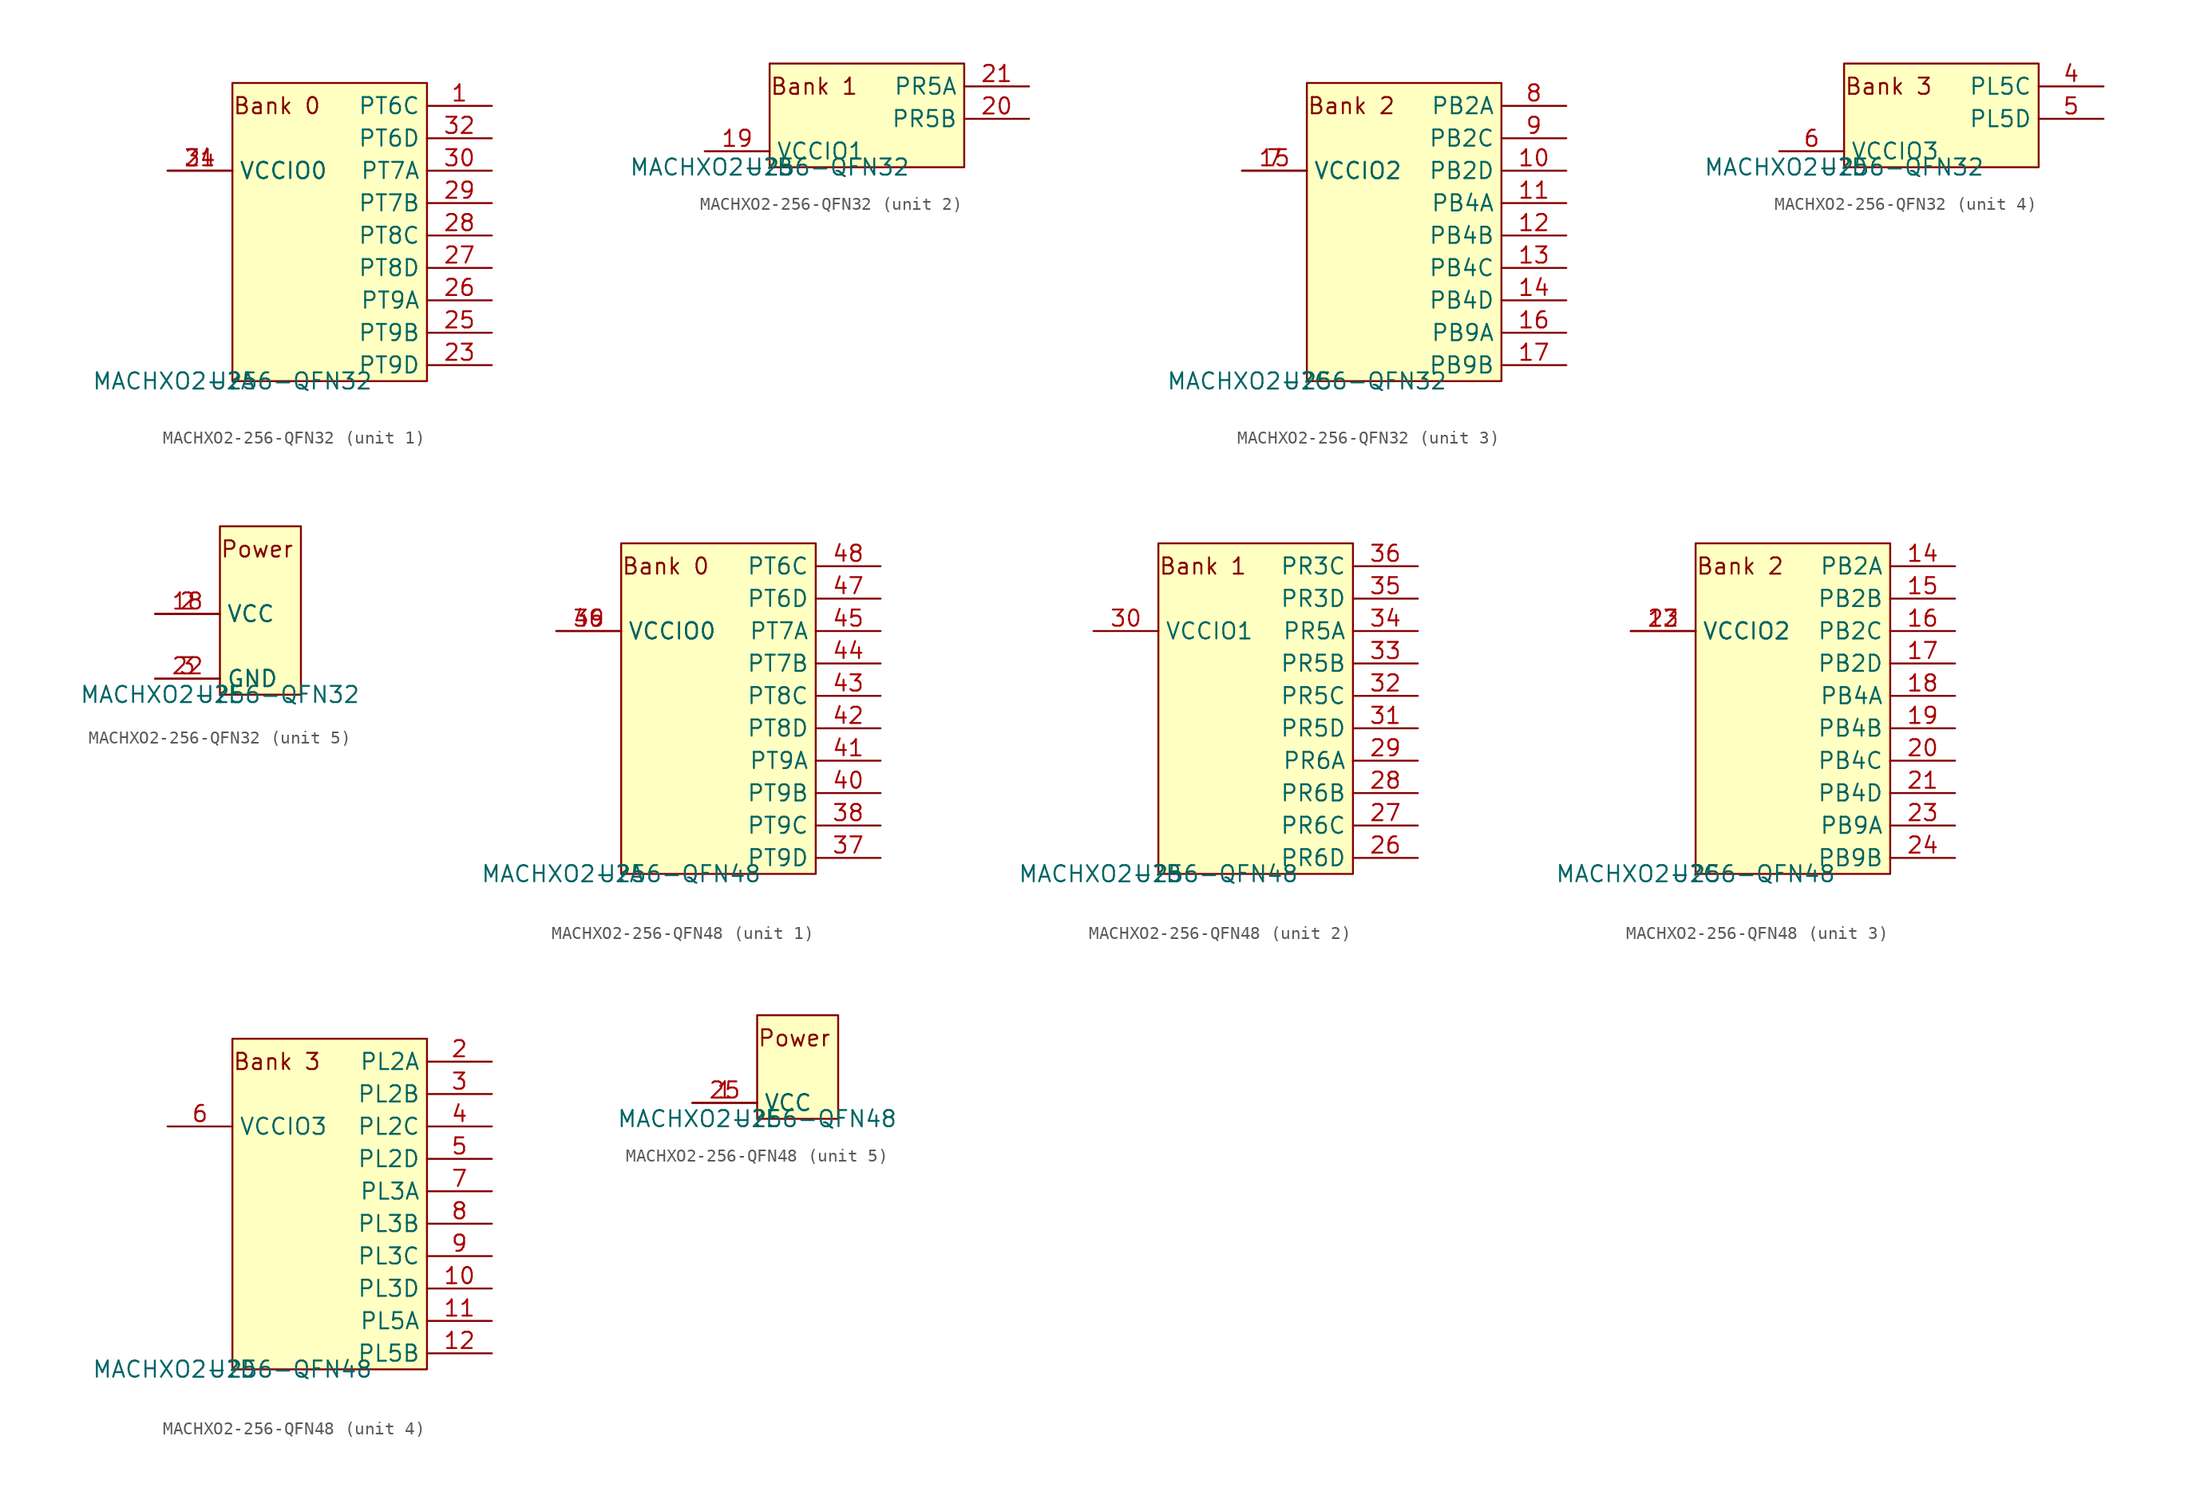
<source format=kicad_sym>
(kicad_symbol_lib
  (version 20211014)
  (generator kicad_symbol_editor)
  (symbol "MACHXO2-256-QFN32"
    (property "Reference" "U"
      (at 0 0 0)
      (effects (font (size 1.27 1.27))))
    (property "Value" "MACHXO2-256-QFN32"
      (at 0 0 0)
      (effects (font (size 1.27 1.27))))
    (property "ki_locked" ""
      (at 0 0 0)
      (effects (font (size 1.27 1.27))))
    (symbol "MACHXO2-256-QFN32_1_0"
      (pin power_in line (at -5.08 16.494 0) (length 5.08) (name "VCCIO0" (effects (font (size 1.27 1.27)))) (number "24" (effects (font (size 1.27 1.27)))))
      (pin power_in line (at -5.08 16.494 0) (length 5.08) (name "VCCIO0" (effects (font (size 1.27 1.27)))) (number "31" (effects (font (size 1.27 1.27)))))
      (pin bidirectional line (at 20.32 21.574 180) (length 5.08) (name "PT6C" (effects (font (size 1.27 1.27)))) (number "1" (effects (font (size 1.27 1.27)))))
      (pin bidirectional line (at 20.32 19.034 180) (length 5.08) (name "PT6D" (effects (font (size 1.27 1.27)))) (number "32" (effects (font (size 1.27 1.27)))))
      (pin bidirectional line (at 20.32 16.494 180) (length 5.08) (name "PT7A" (effects (font (size 1.27 1.27)))) (number "30" (effects (font (size 1.27 1.27)))))
      (pin bidirectional line (at 20.32 13.954 180) (length 5.08) (name "PT7B" (effects (font (size 1.27 1.27)))) (number "29" (effects (font (size 1.27 1.27)))))
      (pin bidirectional line (at 20.32 11.414 180) (length 5.08) (name "PT8C" (effects (font (size 1.27 1.27)))) (number "28" (effects (font (size 1.27 1.27)))))
      (pin bidirectional line (at 20.32 8.874 180) (length 5.08) (name "PT8D" (effects (font (size 1.27 1.27)))) (number "27" (effects (font (size 1.27 1.27)))))
      (pin bidirectional line (at 20.32 6.334 180) (length 5.08) (name "PT9A" (effects (font (size 1.27 1.27)))) (number "26" (effects (font (size 1.27 1.27)))))
      (pin bidirectional line (at 20.32 3.794 180) (length 5.08) (name "PT9B" (effects (font (size 1.27 1.27)))) (number "25" (effects (font (size 1.27 1.27)))))
      (pin bidirectional line (at 20.32 1.254 180) (length 5.08) (name "PT9D" (effects (font (size 1.27 1.27)))) (number "23" (effects (font (size 1.27 1.27))))))
    (symbol "MACHXO2-256-QFN32_1_1"
      (rectangle (start 0 0) (end 15.24 23.368) (stroke (width 0) (type default) (color 0 0 0 0)) (fill (type background)))
      (text "Bank 0" (at 0 21.574 0) (effects (font (size 1.27 1.27)) (justify left))))
    (symbol "MACHXO2-256-QFN32_2_0"
      (pin power_in line (at -5.08 1.254 0) (length 5.08) (name "VCCIO1" (effects (font (size 1.27 1.27)))) (number "19" (effects (font (size 1.27 1.27)))))
      (pin bidirectional line (at 20.32 6.334 180) (length 5.08) (name "PR5A" (effects (font (size 1.27 1.27)))) (number "21" (effects (font (size 1.27 1.27)))))
      (pin bidirectional line (at 20.32 3.794 180) (length 5.08) (name "PR5B" (effects (font (size 1.27 1.27)))) (number "20" (effects (font (size 1.27 1.27))))))
    (symbol "MACHXO2-256-QFN32_2_1"
      (rectangle (start 0 0) (end 15.24 8.128) (stroke (width 0) (type default) (color 0 0 0 0)) (fill (type background)))
      (text "Bank 1" (at 0 6.334 0) (effects (font (size 1.27 1.27)) (justify left))))
    (symbol "MACHXO2-256-QFN32_3_0"
      (pin power_in line (at -5.08 16.494 0) (length 5.08) (name "VCCIO2" (effects (font (size 1.27 1.27)))) (number "7" (effects (font (size 1.27 1.27)))))
      (pin power_in line (at -5.08 16.494 0) (length 5.08) (name "VCCIO2" (effects (font (size 1.27 1.27)))) (number "15" (effects (font (size 1.27 1.27)))))
      (pin bidirectional line (at 20.32 21.574 180) (length 5.08) (name "PB2A" (effects (font (size 1.27 1.27)))) (number "8" (effects (font (size 1.27 1.27)))))
      (pin bidirectional line (at 20.32 19.034 180) (length 5.08) (name "PB2C" (effects (font (size 1.27 1.27)))) (number "9" (effects (font (size 1.27 1.27)))))
      (pin bidirectional line (at 20.32 16.494 180) (length 5.08) (name "PB2D" (effects (font (size 1.27 1.27)))) (number "10" (effects (font (size 1.27 1.27)))))
      (pin bidirectional line (at 20.32 13.954 180) (length 5.08) (name "PB4A" (effects (font (size 1.27 1.27)))) (number "11" (effects (font (size 1.27 1.27)))))
      (pin bidirectional line (at 20.32 11.414 180) (length 5.08) (name "PB4B" (effects (font (size 1.27 1.27)))) (number "12" (effects (font (size 1.27 1.27)))))
      (pin bidirectional line (at 20.32 8.874 180) (length 5.08) (name "PB4C" (effects (font (size 1.27 1.27)))) (number "13" (effects (font (size 1.27 1.27)))))
      (pin bidirectional line (at 20.32 6.334 180) (length 5.08) (name "PB4D" (effects (font (size 1.27 1.27)))) (number "14" (effects (font (size 1.27 1.27)))))
      (pin bidirectional line (at 20.32 3.794 180) (length 5.08) (name "PB9A" (effects (font (size 1.27 1.27)))) (number "16" (effects (font (size 1.27 1.27)))))
      (pin bidirectional line (at 20.32 1.254 180) (length 5.08) (name "PB9B" (effects (font (size 1.27 1.27)))) (number "17" (effects (font (size 1.27 1.27))))))
    (symbol "MACHXO2-256-QFN32_3_1"
      (rectangle (start 0 0) (end 15.24 23.368) (stroke (width 0) (type default) (color 0 0 0 0)) (fill (type background)))
      (text "Bank 2" (at 0 21.574 0) (effects (font (size 1.27 1.27)) (justify left))))
    (symbol "MACHXO2-256-QFN32_4_0"
      (pin power_in line (at -5.08 1.254 0) (length 5.08) (name "VCCIO3" (effects (font (size 1.27 1.27)))) (number "6" (effects (font (size 1.27 1.27)))))
      (pin bidirectional line (at 20.32 6.334 180) (length 5.08) (name "PL5C" (effects (font (size 1.27 1.27)))) (number "4" (effects (font (size 1.27 1.27)))))
      (pin bidirectional line (at 20.32 3.794 180) (length 5.08) (name "PL5D" (effects (font (size 1.27 1.27)))) (number "5" (effects (font (size 1.27 1.27))))))
    (symbol "MACHXO2-256-QFN32_4_1"
      (rectangle (start 0 0) (end 15.24 8.128) (stroke (width 0) (type default) (color 0 0 0 0)) (fill (type background)))
      (text "Bank 3" (at 0 6.334 0) (effects (font (size 1.27 1.27)) (justify left))))
    (symbol "MACHXO2-256-QFN32_5_0"
      (pin power_in line (at -5.08 6.334 0) (length 5.08) (name "VCC" (effects (font (size 1.27 1.27)))) (number "18" (effects (font (size 1.27 1.27)))))
      (pin power_in line (at -5.08 6.334 0) (length 5.08) (name "VCC" (effects (font (size 1.27 1.27)))) (number "2" (effects (font (size 1.27 1.27)))))
      (pin power_in line (at -5.08 1.254 0) (length 5.08) (name "GND" (effects (font (size 1.27 1.27)))) (number "3" (effects (font (size 1.27 1.27)))))
      (pin power_in line (at -5.08 1.254 0) (length 5.08) (name "GND" (effects (font (size 1.27 1.27)))) (number "22" (effects (font (size 1.27 1.27))))))
    (symbol "MACHXO2-256-QFN32_5_1"
      (rectangle (start 0 0) (end 6.35 13.208) (stroke (width 0) (type default) (color 0 0 0 0)) (fill (type background)))
      (text "Power" (at 0 11.414 0) (effects (font (size 1.27 1.27)) (justify left)))))
  (symbol "MACHXO2-256-QFN48"
    (property "Reference" "U"
      (at 0 0 0)
      (effects (font (size 1.27 1.27))))
    (property "Value" "MACHXO2-256-QFN48"
      (at 0 0 0)
      (effects (font (size 1.27 1.27))))
    (property "ki_locked" ""
      (at 0 0 0)
      (effects (font (size 1.27 1.27))))
    (symbol "MACHXO2-256-QFN48_1_0"
      (pin power_in line (at -5.08 19.034 0) (length 5.08) (name "VCCIO0" (effects (font (size 1.27 1.27)))) (number "39" (effects (font (size 1.27 1.27)))))
      (pin power_in line (at -5.08 19.034 0) (length 5.08) (name "VCCIO0" (effects (font (size 1.27 1.27)))) (number "46" (effects (font (size 1.27 1.27)))))
      (pin bidirectional line (at 20.32 24.114 180) (length 5.08) (name "PT6C" (effects (font (size 1.27 1.27)))) (number "48" (effects (font (size 1.27 1.27)))))
      (pin bidirectional line (at 20.32 21.574 180) (length 5.08) (name "PT6D" (effects (font (size 1.27 1.27)))) (number "47" (effects (font (size 1.27 1.27)))))
      (pin bidirectional line (at 20.32 19.034 180) (length 5.08) (name "PT7A" (effects (font (size 1.27 1.27)))) (number "45" (effects (font (size 1.27 1.27)))))
      (pin bidirectional line (at 20.32 16.494 180) (length 5.08) (name "PT7B" (effects (font (size 1.27 1.27)))) (number "44" (effects (font (size 1.27 1.27)))))
      (pin bidirectional line (at 20.32 13.954 180) (length 5.08) (name "PT8C" (effects (font (size 1.27 1.27)))) (number "43" (effects (font (size 1.27 1.27)))))
      (pin bidirectional line (at 20.32 11.414 180) (length 5.08) (name "PT8D" (effects (font (size 1.27 1.27)))) (number "42" (effects (font (size 1.27 1.27)))))
      (pin bidirectional line (at 20.32 8.874 180) (length 5.08) (name "PT9A" (effects (font (size 1.27 1.27)))) (number "41" (effects (font (size 1.27 1.27)))))
      (pin bidirectional line (at 20.32 6.334 180) (length 5.08) (name "PT9B" (effects (font (size 1.27 1.27)))) (number "40" (effects (font (size 1.27 1.27)))))
      (pin bidirectional line (at 20.32 3.794 180) (length 5.08) (name "PT9C" (effects (font (size 1.27 1.27)))) (number "38" (effects (font (size 1.27 1.27)))))
      (pin bidirectional line (at 20.32 1.254 180) (length 5.08) (name "PT9D" (effects (font (size 1.27 1.27)))) (number "37" (effects (font (size 1.27 1.27))))))
    (symbol "MACHXO2-256-QFN48_1_1"
      (rectangle (start 0 0) (end 15.24 25.908) (stroke (width 0) (type default) (color 0 0 0 0)) (fill (type background)))
      (text "Bank 0" (at 0 24.114 0) (effects (font (size 1.27 1.27)) (justify left))))
    (symbol "MACHXO2-256-QFN48_2_0"
      (pin power_in line (at -5.08 19.034 0) (length 5.08) (name "VCCIO1" (effects (font (size 1.27 1.27)))) (number "30" (effects (font (size 1.27 1.27)))))
      (pin bidirectional line (at 20.32 24.114 180) (length 5.08) (name "PR3C" (effects (font (size 1.27 1.27)))) (number "36" (effects (font (size 1.27 1.27)))))
      (pin bidirectional line (at 20.32 21.574 180) (length 5.08) (name "PR3D" (effects (font (size 1.27 1.27)))) (number "35" (effects (font (size 1.27 1.27)))))
      (pin bidirectional line (at 20.32 19.034 180) (length 5.08) (name "PR5A" (effects (font (size 1.27 1.27)))) (number "34" (effects (font (size 1.27 1.27)))))
      (pin bidirectional line (at 20.32 16.494 180) (length 5.08) (name "PR5B" (effects (font (size 1.27 1.27)))) (number "33" (effects (font (size 1.27 1.27)))))
      (pin bidirectional line (at 20.32 13.954 180) (length 5.08) (name "PR5C" (effects (font (size 1.27 1.27)))) (number "32" (effects (font (size 1.27 1.27)))))
      (pin bidirectional line (at 20.32 11.414 180) (length 5.08) (name "PR5D" (effects (font (size 1.27 1.27)))) (number "31" (effects (font (size 1.27 1.27)))))
      (pin bidirectional line (at 20.32 8.874 180) (length 5.08) (name "PR6A" (effects (font (size 1.27 1.27)))) (number "29" (effects (font (size 1.27 1.27)))))
      (pin bidirectional line (at 20.32 6.334 180) (length 5.08) (name "PR6B" (effects (font (size 1.27 1.27)))) (number "28" (effects (font (size 1.27 1.27)))))
      (pin bidirectional line (at 20.32 3.794 180) (length 5.08) (name "PR6C" (effects (font (size 1.27 1.27)))) (number "27" (effects (font (size 1.27 1.27)))))
      (pin bidirectional line (at 20.32 1.254 180) (length 5.08) (name "PR6D" (effects (font (size 1.27 1.27)))) (number "26" (effects (font (size 1.27 1.27))))))
    (symbol "MACHXO2-256-QFN48_2_1"
      (rectangle (start 0 0) (end 15.24 25.908) (stroke (width 0) (type default) (color 0 0 0 0)) (fill (type background)))
      (text "Bank 1" (at 0 24.114 0) (effects (font (size 1.27 1.27)) (justify left))))
    (symbol "MACHXO2-256-QFN48_3_0"
      (pin power_in line (at -5.08 19.034 0) (length 5.08) (name "VCCIO2" (effects (font (size 1.27 1.27)))) (number "13" (effects (font (size 1.27 1.27)))))
      (pin power_in line (at -5.08 19.034 0) (length 5.08) (name "VCCIO2" (effects (font (size 1.27 1.27)))) (number "22" (effects (font (size 1.27 1.27)))))
      (pin bidirectional line (at 20.32 24.114 180) (length 5.08) (name "PB2A" (effects (font (size 1.27 1.27)))) (number "14" (effects (font (size 1.27 1.27)))))
      (pin bidirectional line (at 20.32 21.574 180) (length 5.08) (name "PB2B" (effects (font (size 1.27 1.27)))) (number "15" (effects (font (size 1.27 1.27)))))
      (pin bidirectional line (at 20.32 19.034 180) (length 5.08) (name "PB2C" (effects (font (size 1.27 1.27)))) (number "16" (effects (font (size 1.27 1.27)))))
      (pin bidirectional line (at 20.32 16.494 180) (length 5.08) (name "PB2D" (effects (font (size 1.27 1.27)))) (number "17" (effects (font (size 1.27 1.27)))))
      (pin bidirectional line (at 20.32 13.954 180) (length 5.08) (name "PB4A" (effects (font (size 1.27 1.27)))) (number "18" (effects (font (size 1.27 1.27)))))
      (pin bidirectional line (at 20.32 11.414 180) (length 5.08) (name "PB4B" (effects (font (size 1.27 1.27)))) (number "19" (effects (font (size 1.27 1.27)))))
      (pin bidirectional line (at 20.32 8.874 180) (length 5.08) (name "PB4C" (effects (font (size 1.27 1.27)))) (number "20" (effects (font (size 1.27 1.27)))))
      (pin bidirectional line (at 20.32 6.334 180) (length 5.08) (name "PB4D" (effects (font (size 1.27 1.27)))) (number "21" (effects (font (size 1.27 1.27)))))
      (pin bidirectional line (at 20.32 3.794 180) (length 5.08) (name "PB9A" (effects (font (size 1.27 1.27)))) (number "23" (effects (font (size 1.27 1.27)))))
      (pin bidirectional line (at 20.32 1.254 180) (length 5.08) (name "PB9B" (effects (font (size 1.27 1.27)))) (number "24" (effects (font (size 1.27 1.27))))))
    (symbol "MACHXO2-256-QFN48_3_1"
      (rectangle (start 0 0) (end 15.24 25.908) (stroke (width 0) (type default) (color 0 0 0 0)) (fill (type background)))
      (text "Bank 2" (at 0 24.114 0) (effects (font (size 1.27 1.27)) (justify left))))
    (symbol "MACHXO2-256-QFN48_4_0"
      (pin power_in line (at -5.08 19.034 0) (length 5.08) (name "VCCIO3" (effects (font (size 1.27 1.27)))) (number "6" (effects (font (size 1.27 1.27)))))
      (pin bidirectional line (at 20.32 24.114 180) (length 5.08) (name "PL2A" (effects (font (size 1.27 1.27)))) (number "2" (effects (font (size 1.27 1.27)))))
      (pin bidirectional line (at 20.32 21.574 180) (length 5.08) (name "PL2B" (effects (font (size 1.27 1.27)))) (number "3" (effects (font (size 1.27 1.27)))))
      (pin bidirectional line (at 20.32 19.034 180) (length 5.08) (name "PL2C" (effects (font (size 1.27 1.27)))) (number "4" (effects (font (size 1.27 1.27)))))
      (pin bidirectional line (at 20.32 16.494 180) (length 5.08) (name "PL2D" (effects (font (size 1.27 1.27)))) (number "5" (effects (font (size 1.27 1.27)))))
      (pin bidirectional line (at 20.32 13.954 180) (length 5.08) (name "PL3A" (effects (font (size 1.27 1.27)))) (number "7" (effects (font (size 1.27 1.27)))))
      (pin bidirectional line (at 20.32 11.414 180) (length 5.08) (name "PL3B" (effects (font (size 1.27 1.27)))) (number "8" (effects (font (size 1.27 1.27)))))
      (pin bidirectional line (at 20.32 8.874 180) (length 5.08) (name "PL3C" (effects (font (size 1.27 1.27)))) (number "9" (effects (font (size 1.27 1.27)))))
      (pin bidirectional line (at 20.32 6.334 180) (length 5.08) (name "PL3D" (effects (font (size 1.27 1.27)))) (number "10" (effects (font (size 1.27 1.27)))))
      (pin bidirectional line (at 20.32 3.794 180) (length 5.08) (name "PL5A" (effects (font (size 1.27 1.27)))) (number "11" (effects (font (size 1.27 1.27)))))
      (pin bidirectional line (at 20.32 1.254 180) (length 5.08) (name "PL5B" (effects (font (size 1.27 1.27)))) (number "12" (effects (font (size 1.27 1.27))))))
    (symbol "MACHXO2-256-QFN48_4_1"
      (rectangle (start 0 0) (end 15.24 25.908) (stroke (width 0) (type default) (color 0 0 0 0)) (fill (type background)))
      (text "Bank 3" (at 0 24.114 0) (effects (font (size 1.27 1.27)) (justify left))))
    (symbol "MACHXO2-256-QFN48_5_0"
      (pin power_in line (at -5.08 1.254 0) (length 5.08) (name "VCC" (effects (font (size 1.27 1.27)))) (number "25" (effects (font (size 1.27 1.27)))))
      (pin power_in line (at -5.08 1.254 0) (length 5.08) (name "VCC" (effects (font (size 1.27 1.27)))) (number "1" (effects (font (size 1.27 1.27))))))
    (symbol "MACHXO2-256-QFN48_5_1"
      (rectangle (start 0 0) (end 6.35 8.128) (stroke (width 0) (type default) (color 0 0 0 0)) (fill (type background)))
      (text "Power" (at 0 6.334 0) (effects (font (size 1.27 1.27)) (justify left))))))
</source>
